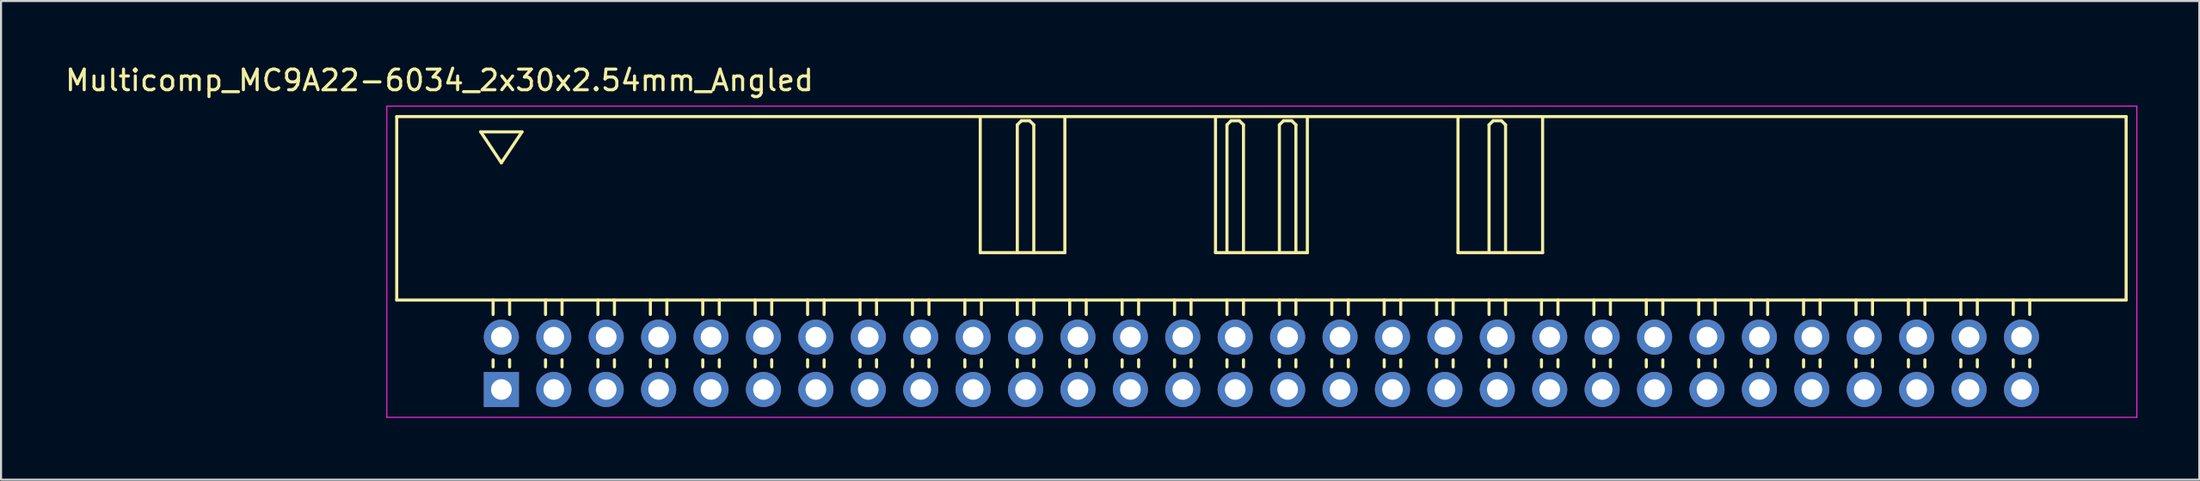
<source format=kicad_pcb>
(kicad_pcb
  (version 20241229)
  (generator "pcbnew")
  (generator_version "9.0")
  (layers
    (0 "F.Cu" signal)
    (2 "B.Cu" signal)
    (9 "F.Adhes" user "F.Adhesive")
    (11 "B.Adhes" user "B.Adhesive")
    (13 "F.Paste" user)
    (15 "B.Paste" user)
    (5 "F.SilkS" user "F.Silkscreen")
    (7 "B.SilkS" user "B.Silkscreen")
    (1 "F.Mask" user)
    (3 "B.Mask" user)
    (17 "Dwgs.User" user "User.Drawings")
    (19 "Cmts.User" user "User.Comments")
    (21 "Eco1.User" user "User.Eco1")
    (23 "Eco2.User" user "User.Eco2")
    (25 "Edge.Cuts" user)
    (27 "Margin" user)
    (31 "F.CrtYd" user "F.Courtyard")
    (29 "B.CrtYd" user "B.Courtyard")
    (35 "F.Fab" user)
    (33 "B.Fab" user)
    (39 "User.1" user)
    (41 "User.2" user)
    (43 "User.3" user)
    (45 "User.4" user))
  (footprint "Multicomp_MC9A22-6034_2x30x2.54mm_Angled"
    (layer "F.Cu")
    (at 21.244 15.848)
    (property "Reference" "Multicomp_MC9A22-6034_2x30x2.54mm_Angled" (at -3 -15 0) (layer "F.SilkS") (effects (font (size 1 1) (thickness 0.15))))
    (attr through_hole)
    (fp_line (start -5.07 -13.24) (end 78.73 -13.24) (stroke (width 0.15) (type solid)) (layer "F.SilkS"))
    (fp_line (start -5.07 -4.34) (end -5.07 -13.24) (stroke (width 0.15) (type solid)) (layer "F.SilkS"))
    (fp_line (start -1 -12.5) (end 1 -12.5) (stroke (width 0.15) (type solid)) (layer "F.SilkS"))
    (fp_line (start -0.4 -3.64) (end -0.4 -4.34) (stroke (width 0.15) (type solid)) (layer "F.SilkS"))
    (fp_line (start -0.4 -1.1) (end -0.4 -1.44) (stroke (width 0.15) (type solid)) (layer "F.SilkS"))
    (fp_line (start 0 -11) (end -1 -12.5) (stroke (width 0.15) (type solid)) (layer "F.SilkS"))
    (fp_line (start 0.4 -3.64) (end 0.4 -4.34) (stroke (width 0.15) (type solid)) (layer "F.SilkS"))
    (fp_line (start 0.4 -1.1) (end 0.4 -1.44) (stroke (width 0.15) (type solid)) (layer "F.SilkS"))
    (fp_line (start 1 -12.5) (end 0 -11) (stroke (width 0.15) (type solid)) (layer "F.SilkS"))
    (fp_line (start 2.14 -3.64) (end 2.14 -4.34) (stroke (width 0.15) (type solid)) (layer "F.SilkS"))
    (fp_line (start 2.14 -1.1) (end 2.14 -1.44) (stroke (width 0.15) (type solid)) (layer "F.SilkS"))
    (fp_line (start 2.94 -3.64) (end 2.94 -4.34) (stroke (width 0.15) (type solid)) (layer "F.SilkS"))
    (fp_line (start 2.94 -1.1) (end 2.94 -1.44) (stroke (width 0.15) (type solid)) (layer "F.SilkS"))
    (fp_line (start 4.68 -3.64) (end 4.68 -4.34) (stroke (width 0.15) (type solid)) (layer "F.SilkS"))
    (fp_line (start 4.68 -1.1) (end 4.68 -1.44) (stroke (width 0.15) (type solid)) (layer "F.SilkS"))
    (fp_line (start 5.48 -3.64) (end 5.48 -4.34) (stroke (width 0.15) (type solid)) (layer "F.SilkS"))
    (fp_line (start 5.48 -1.1) (end 5.48 -1.44) (stroke (width 0.15) (type solid)) (layer "F.SilkS"))
    (fp_line (start 7.22 -3.64) (end 7.22 -4.34) (stroke (width 0.15) (type solid)) (layer "F.SilkS"))
    (fp_line (start 7.22 -1.1) (end 7.22 -1.44) (stroke (width 0.15) (type solid)) (layer "F.SilkS"))
    (fp_line (start 8.02 -3.64) (end 8.02 -4.34) (stroke (width 0.15) (type solid)) (layer "F.SilkS"))
    (fp_line (start 8.02 -1.1) (end 8.02 -1.44) (stroke (width 0.15) (type solid)) (layer "F.SilkS"))
    (fp_line (start 9.76 -3.64) (end 9.76 -4.34) (stroke (width 0.15) (type solid)) (layer "F.SilkS"))
    (fp_line (start 9.76 -1.1) (end 9.76 -1.44) (stroke (width 0.15) (type solid)) (layer "F.SilkS"))
    (fp_line (start 10.56 -3.64) (end 10.56 -4.34) (stroke (width 0.15) (type solid)) (layer "F.SilkS"))
    (fp_line (start 10.56 -1.1) (end 10.56 -1.44) (stroke (width 0.15) (type solid)) (layer "F.SilkS"))
    (fp_line (start 12.3 -3.64) (end 12.3 -4.34) (stroke (width 0.15) (type solid)) (layer "F.SilkS"))
    (fp_line (start 12.3 -1.1) (end 12.3 -1.44) (stroke (width 0.15) (type solid)) (layer "F.SilkS"))
    (fp_line (start 13.1 -3.64) (end 13.1 -4.34) (stroke (width 0.15) (type solid)) (layer "F.SilkS"))
    (fp_line (start 13.1 -1.1) (end 13.1 -1.44) (stroke (width 0.15) (type solid)) (layer "F.SilkS"))
    (fp_line (start 14.84 -3.64) (end 14.84 -4.34) (stroke (width 0.15) (type solid)) (layer "F.SilkS"))
    (fp_line (start 14.84 -1.1) (end 14.84 -1.44) (stroke (width 0.15) (type solid)) (layer "F.SilkS"))
    (fp_line (start 15.64 -3.64) (end 15.64 -4.34) (stroke (width 0.15) (type solid)) (layer "F.SilkS"))
    (fp_line (start 15.64 -1.1) (end 15.64 -1.44) (stroke (width 0.15) (type solid)) (layer "F.SilkS"))
    (fp_line (start 17.38 -3.64) (end 17.38 -4.34) (stroke (width 0.15) (type solid)) (layer "F.SilkS"))
    (fp_line (start 17.38 -1.1) (end 17.38 -1.44) (stroke (width 0.15) (type solid)) (layer "F.SilkS"))
    (fp_line (start 18.18 -3.64) (end 18.18 -4.34) (stroke (width 0.15) (type solid)) (layer "F.SilkS"))
    (fp_line (start 18.18 -1.1) (end 18.18 -1.44) (stroke (width 0.15) (type solid)) (layer "F.SilkS"))
    (fp_line (start 19.92 -3.64) (end 19.92 -4.34) (stroke (width 0.15) (type solid)) (layer "F.SilkS"))
    (fp_line (start 19.92 -1.1) (end 19.92 -1.44) (stroke (width 0.15) (type solid)) (layer "F.SilkS"))
    (fp_line (start 20.72 -3.64) (end 20.72 -4.34) (stroke (width 0.15) (type solid)) (layer "F.SilkS"))
    (fp_line (start 20.72 -1.1) (end 20.72 -1.44) (stroke (width 0.15) (type solid)) (layer "F.SilkS"))
    (fp_line (start 22.46 -3.64) (end 22.46 -4.34) (stroke (width 0.15) (type solid)) (layer "F.SilkS"))
    (fp_line (start 22.46 -1.1) (end 22.46 -1.44) (stroke (width 0.15) (type solid)) (layer "F.SilkS"))
    (fp_line (start 23.205 -6.64) (end 23.205 -13.24) (stroke (width 0.15) (type solid)) (layer "F.SilkS"))
    (fp_line (start 23.26 -3.64) (end 23.26 -4.34) (stroke (width 0.15) (type solid)) (layer "F.SilkS"))
    (fp_line (start 23.26 -1.1) (end 23.26 -1.44) (stroke (width 0.15) (type solid)) (layer "F.SilkS"))
    (fp_line (start 25 -12.84) (end 25.2 -13.04) (stroke (width 0.15) (type solid)) (layer "F.SilkS"))
    (fp_line (start 25 -6.64) (end 25 -12.84) (stroke (width 0.15) (type solid)) (layer "F.SilkS"))
    (fp_line (start 25 -3.64) (end 25 -4.34) (stroke (width 0.15) (type solid)) (layer "F.SilkS"))
    (fp_line (start 25 -1.1) (end 25 -1.44) (stroke (width 0.15) (type solid)) (layer "F.SilkS"))
    (fp_line (start 25.2 -13.04) (end 25.6 -13.04) (stroke (width 0.15) (type solid)) (layer "F.SilkS"))
    (fp_line (start 25.6 -13.04) (end 25.8 -12.84) (stroke (width 0.15) (type solid)) (layer "F.SilkS"))
    (fp_line (start 25.8 -12.84) (end 25.8 -6.64) (stroke (width 0.15) (type solid)) (layer "F.SilkS"))
    (fp_line (start 25.8 -3.64) (end 25.8 -4.34) (stroke (width 0.15) (type solid)) (layer "F.SilkS"))
    (fp_line (start 25.8 -1.1) (end 25.8 -1.44) (stroke (width 0.15) (type solid)) (layer "F.SilkS"))
    (fp_line (start 27.305 -13.24) (end 27.305 -6.64) (stroke (width 0.15) (type solid)) (layer "F.SilkS"))
    (fp_line (start 27.305 -6.64) (end 23.205 -6.64) (stroke (width 0.15) (type solid)) (layer "F.SilkS"))
    (fp_line (start 27.54 -3.64) (end 27.54 -4.34) (stroke (width 0.15) (type solid)) (layer "F.SilkS"))
    (fp_line (start 27.54 -1.1) (end 27.54 -1.44) (stroke (width 0.15) (type solid)) (layer "F.SilkS"))
    (fp_line (start 28.34 -3.64) (end 28.34 -4.34) (stroke (width 0.15) (type solid)) (layer "F.SilkS"))
    (fp_line (start 28.34 -1.1) (end 28.34 -1.44) (stroke (width 0.15) (type solid)) (layer "F.SilkS"))
    (fp_line (start 30.08 -3.64) (end 30.08 -4.34) (stroke (width 0.15) (type solid)) (layer "F.SilkS"))
    (fp_line (start 30.08 -1.1) (end 30.08 -1.44) (stroke (width 0.15) (type solid)) (layer "F.SilkS"))
    (fp_line (start 30.88 -3.64) (end 30.88 -4.34) (stroke (width 0.15) (type solid)) (layer "F.SilkS"))
    (fp_line (start 30.88 -1.1) (end 30.88 -1.44) (stroke (width 0.15) (type solid)) (layer "F.SilkS"))
    (fp_line (start 32.62 -3.64) (end 32.62 -4.34) (stroke (width 0.15) (type solid)) (layer "F.SilkS"))
    (fp_line (start 32.62 -1.1) (end 32.62 -1.44) (stroke (width 0.15) (type solid)) (layer "F.SilkS"))
    (fp_line (start 33.42 -3.64) (end 33.42 -4.34) (stroke (width 0.15) (type solid)) (layer "F.SilkS"))
    (fp_line (start 33.42 -1.1) (end 33.42 -1.44) (stroke (width 0.15) (type solid)) (layer "F.SilkS"))
    (fp_line (start 34.605 -13.24) (end 34.605 -6.64) (stroke (width 0.15) (type solid)) (layer "F.SilkS"))
    (fp_line (start 34.605 -6.64) (end 39.055 -6.64) (stroke (width 0.15) (type solid)) (layer "F.SilkS"))
    (fp_line (start 35.16 -12.84) (end 35.36 -13.04) (stroke (width 0.15) (type solid)) (layer "F.SilkS"))
    (fp_line (start 35.16 -6.64) (end 35.16 -12.84) (stroke (width 0.15) (type solid)) (layer "F.SilkS"))
    (fp_line (start 35.16 -3.64) (end 35.16 -4.34) (stroke (width 0.15) (type solid)) (layer "F.SilkS"))
    (fp_line (start 35.16 -1.1) (end 35.16 -1.44) (stroke (width 0.15) (type solid)) (layer "F.SilkS"))
    (fp_line (start 35.36 -13.04) (end 35.76 -13.04) (stroke (width 0.15) (type solid)) (layer "F.SilkS"))
    (fp_line (start 35.76 -13.04) (end 35.96 -12.84) (stroke (width 0.15) (type solid)) (layer "F.SilkS"))
    (fp_line (start 35.96 -12.84) (end 35.96 -6.64) (stroke (width 0.15) (type solid)) (layer "F.SilkS"))
    (fp_line (start 35.96 -3.64) (end 35.96 -4.34) (stroke (width 0.15) (type solid)) (layer "F.SilkS"))
    (fp_line (start 35.96 -1.1) (end 35.96 -1.44) (stroke (width 0.15) (type solid)) (layer "F.SilkS"))
    (fp_line (start 37.7 -12.84) (end 37.9 -13.04) (stroke (width 0.15) (type solid)) (layer "F.SilkS"))
    (fp_line (start 37.7 -6.64) (end 37.7 -12.84) (stroke (width 0.15) (type solid)) (layer "F.SilkS"))
    (fp_line (start 37.7 -3.64) (end 37.7 -4.34) (stroke (width 0.15) (type solid)) (layer "F.SilkS"))
    (fp_line (start 37.7 -1.1) (end 37.7 -1.44) (stroke (width 0.15) (type solid)) (layer "F.SilkS"))
    (fp_line (start 37.9 -13.04) (end 38.3 -13.04) (stroke (width 0.15) (type solid)) (layer "F.SilkS"))
    (fp_line (start 38.3 -13.04) (end 38.5 -12.84) (stroke (width 0.15) (type solid)) (layer "F.SilkS"))
    (fp_line (start 38.5 -12.84) (end 38.5 -6.64) (stroke (width 0.15) (type solid)) (layer "F.SilkS"))
    (fp_line (start 38.5 -3.64) (end 38.5 -4.34) (stroke (width 0.15) (type solid)) (layer "F.SilkS"))
    (fp_line (start 38.5 -1.1) (end 38.5 -1.44) (stroke (width 0.15) (type solid)) (layer "F.SilkS"))
    (fp_line (start 39.055 -6.64) (end 39.055 -13.24) (stroke (width 0.15) (type solid)) (layer "F.SilkS"))
    (fp_line (start 40.24 -3.64) (end 40.24 -4.34) (stroke (width 0.15) (type solid)) (layer "F.SilkS"))
    (fp_line (start 40.24 -1.1) (end 40.24 -1.44) (stroke (width 0.15) (type solid)) (layer "F.SilkS"))
    (fp_line (start 41.04 -3.64) (end 41.04 -4.34) (stroke (width 0.15) (type solid)) (layer "F.SilkS"))
    (fp_line (start 41.04 -1.1) (end 41.04 -1.44) (stroke (width 0.15) (type solid)) (layer "F.SilkS"))
    (fp_line (start 42.78 -3.64) (end 42.78 -4.34) (stroke (width 0.15) (type solid)) (layer "F.SilkS"))
    (fp_line (start 42.78 -1.1) (end 42.78 -1.44) (stroke (width 0.15) (type solid)) (layer "F.SilkS"))
    (fp_line (start 43.58 -3.64) (end 43.58 -4.34) (stroke (width 0.15) (type solid)) (layer "F.SilkS"))
    (fp_line (start 43.58 -1.1) (end 43.58 -1.44) (stroke (width 0.15) (type solid)) (layer "F.SilkS"))
    (fp_line (start 45.32 -3.64) (end 45.32 -4.34) (stroke (width 0.15) (type solid)) (layer "F.SilkS"))
    (fp_line (start 45.32 -1.1) (end 45.32 -1.44) (stroke (width 0.15) (type solid)) (layer "F.SilkS"))
    (fp_line (start 46.12 -3.64) (end 46.12 -4.34) (stroke (width 0.15) (type solid)) (layer "F.SilkS"))
    (fp_line (start 46.12 -1.1) (end 46.12 -1.44) (stroke (width 0.15) (type solid)) (layer "F.SilkS"))
    (fp_line (start 46.355 -13.24) (end 46.355 -6.64) (stroke (width 0.15) (type solid)) (layer "F.SilkS"))
    (fp_line (start 46.355 -6.64) (end 50.455 -6.64) (stroke (width 0.15) (type solid)) (layer "F.SilkS"))
    (fp_line (start 47.86 -12.84) (end 48.06 -13.04) (stroke (width 0.15) (type solid)) (layer "F.SilkS"))
    (fp_line (start 47.86 -6.64) (end 47.86 -12.84) (stroke (width 0.15) (type solid)) (layer "F.SilkS"))
    (fp_line (start 47.86 -3.64) (end 47.86 -4.34) (stroke (width 0.15) (type solid)) (layer "F.SilkS"))
    (fp_line (start 47.86 -1.1) (end 47.86 -1.44) (stroke (width 0.15) (type solid)) (layer "F.SilkS"))
    (fp_line (start 48.06 -13.04) (end 48.46 -13.04) (stroke (width 0.15) (type solid)) (layer "F.SilkS"))
    (fp_line (start 48.46 -13.04) (end 48.66 -12.84) (stroke (width 0.15) (type solid)) (layer "F.SilkS"))
    (fp_line (start 48.66 -12.84) (end 48.66 -6.64) (stroke (width 0.15) (type solid)) (layer "F.SilkS"))
    (fp_line (start 48.66 -3.64) (end 48.66 -4.34) (stroke (width 0.15) (type solid)) (layer "F.SilkS"))
    (fp_line (start 48.66 -1.1) (end 48.66 -1.44) (stroke (width 0.15) (type solid)) (layer "F.SilkS"))
    (fp_line (start 50.4 -3.64) (end 50.4 -4.34) (stroke (width 0.15) (type solid)) (layer "F.SilkS"))
    (fp_line (start 50.4 -1.1) (end 50.4 -1.44) (stroke (width 0.15) (type solid)) (layer "F.SilkS"))
    (fp_line (start 50.455 -6.64) (end 50.455 -13.24) (stroke (width 0.15) (type solid)) (layer "F.SilkS"))
    (fp_line (start 51.2 -3.64) (end 51.2 -4.34) (stroke (width 0.15) (type solid)) (layer "F.SilkS"))
    (fp_line (start 51.2 -1.1) (end 51.2 -1.44) (stroke (width 0.15) (type solid)) (layer "F.SilkS"))
    (fp_line (start 52.94 -3.64) (end 52.94 -4.34) (stroke (width 0.15) (type solid)) (layer "F.SilkS"))
    (fp_line (start 52.94 -1.1) (end 52.94 -1.44) (stroke (width 0.15) (type solid)) (layer "F.SilkS"))
    (fp_line (start 53.74 -3.64) (end 53.74 -4.34) (stroke (width 0.15) (type solid)) (layer "F.SilkS"))
    (fp_line (start 53.74 -1.1) (end 53.74 -1.44) (stroke (width 0.15) (type solid)) (layer "F.SilkS"))
    (fp_line (start 55.48 -3.64) (end 55.48 -4.34) (stroke (width 0.15) (type solid)) (layer "F.SilkS"))
    (fp_line (start 55.48 -1.1) (end 55.48 -1.44) (stroke (width 0.15) (type solid)) (layer "F.SilkS"))
    (fp_line (start 56.28 -3.64) (end 56.28 -4.34) (stroke (width 0.15) (type solid)) (layer "F.SilkS"))
    (fp_line (start 56.28 -1.1) (end 56.28 -1.44) (stroke (width 0.15) (type solid)) (layer "F.SilkS"))
    (fp_line (start 58.02 -3.64) (end 58.02 -4.34) (stroke (width 0.15) (type solid)) (layer "F.SilkS"))
    (fp_line (start 58.02 -1.1) (end 58.02 -1.44) (stroke (width 0.15) (type solid)) (layer "F.SilkS"))
    (fp_line (start 58.82 -3.64) (end 58.82 -4.34) (stroke (width 0.15) (type solid)) (layer "F.SilkS"))
    (fp_line (start 58.82 -1.1) (end 58.82 -1.44) (stroke (width 0.15) (type solid)) (layer "F.SilkS"))
    (fp_line (start 60.56 -3.64) (end 60.56 -4.34) (stroke (width 0.15) (type solid)) (layer "F.SilkS"))
    (fp_line (start 60.56 -1.1) (end 60.56 -1.44) (stroke (width 0.15) (type solid)) (layer "F.SilkS"))
    (fp_line (start 61.36 -3.64) (end 61.36 -4.34) (stroke (width 0.15) (type solid)) (layer "F.SilkS"))
    (fp_line (start 61.36 -1.1) (end 61.36 -1.44) (stroke (width 0.15) (type solid)) (layer "F.SilkS"))
    (fp_line (start 63.1 -3.64) (end 63.1 -4.34) (stroke (width 0.15) (type solid)) (layer "F.SilkS"))
    (fp_line (start 63.1 -1.1) (end 63.1 -1.44) (stroke (width 0.15) (type solid)) (layer "F.SilkS"))
    (fp_line (start 63.9 -3.64) (end 63.9 -4.34) (stroke (width 0.15) (type solid)) (layer "F.SilkS"))
    (fp_line (start 63.9 -1.1) (end 63.9 -1.44) (stroke (width 0.15) (type solid)) (layer "F.SilkS"))
    (fp_line (start 65.64 -3.64) (end 65.64 -4.34) (stroke (width 0.15) (type solid)) (layer "F.SilkS"))
    (fp_line (start 65.64 -1.1) (end 65.64 -1.44) (stroke (width 0.15) (type solid)) (layer "F.SilkS"))
    (fp_line (start 66.44 -3.64) (end 66.44 -4.34) (stroke (width 0.15) (type solid)) (layer "F.SilkS"))
    (fp_line (start 66.44 -1.1) (end 66.44 -1.44) (stroke (width 0.15) (type solid)) (layer "F.SilkS"))
    (fp_line (start 68.18 -3.64) (end 68.18 -4.34) (stroke (width 0.15) (type solid)) (layer "F.SilkS"))
    (fp_line (start 68.18 -1.1) (end 68.18 -1.44) (stroke (width 0.15) (type solid)) (layer "F.SilkS"))
    (fp_line (start 68.98 -3.64) (end 68.98 -4.34) (stroke (width 0.15) (type solid)) (layer "F.SilkS"))
    (fp_line (start 68.98 -1.1) (end 68.98 -1.44) (stroke (width 0.15) (type solid)) (layer "F.SilkS"))
    (fp_line (start 70.72 -3.64) (end 70.72 -4.34) (stroke (width 0.15) (type solid)) (layer "F.SilkS"))
    (fp_line (start 70.72 -1.1) (end 70.72 -1.44) (stroke (width 0.15) (type solid)) (layer "F.SilkS"))
    (fp_line (start 71.52 -3.64) (end 71.52 -4.34) (stroke (width 0.15) (type solid)) (layer "F.SilkS"))
    (fp_line (start 71.52 -1.1) (end 71.52 -1.44) (stroke (width 0.15) (type solid)) (layer "F.SilkS"))
    (fp_line (start 73.26 -3.64) (end 73.26 -4.34) (stroke (width 0.15) (type solid)) (layer "F.SilkS"))
    (fp_line (start 73.26 -1.1) (end 73.26 -1.44) (stroke (width 0.15) (type solid)) (layer "F.SilkS"))
    (fp_line (start 74.06 -3.64) (end 74.06 -4.34) (stroke (width 0.15) (type solid)) (layer "F.SilkS"))
    (fp_line (start 74.06 -1.1) (end 74.06 -1.44) (stroke (width 0.15) (type solid)) (layer "F.SilkS"))
    (fp_line (start 78.73 -13.24) (end 78.73 -4.34) (stroke (width 0.15) (type solid)) (layer "F.SilkS"))
    (fp_line (start 78.73 -4.34) (end -5.07 -4.34) (stroke (width 0.15) (type solid)) (layer "F.SilkS"))
    (fp_line (start -5.55 -13.75) (end 79.25 -13.75) (stroke (width 0.05) (type solid)) (layer "F.CrtYd"))
    (fp_line (start -5.55 1.35) (end -5.55 -13.75) (stroke (width 0.05) (type solid)) (layer "F.CrtYd"))
    (fp_line (start 79.25 -13.75) (end 79.25 1.35) (stroke (width 0.05) (type solid)) (layer "F.CrtYd"))
    (fp_line (start 79.25 1.35) (end -5.55 1.35) (stroke (width 0.05) (type solid)) (layer "F.CrtYd"))
    (pad "1" thru_hole rect (at 0 0) (size 1.7 1.7) (drill 1) (layers "*.Cu" "*.Mask"))
    (pad "2" thru_hole circle (at 0 -2.54) (size 1.7 1.7) (drill 1) (layers "*.Cu" "*.Mask"))
    (pad "3" thru_hole circle (at 2.54 0) (size 1.7 1.7) (drill 1) (layers "*.Cu" "*.Mask"))
    (pad "4" thru_hole circle (at 2.54 -2.54) (size 1.7 1.7) (drill 1) (layers "*.Cu" "*.Mask"))
    (pad "5" thru_hole circle (at 5.08 0) (size 1.7 1.7) (drill 1) (layers "*.Cu" "*.Mask"))
    (pad "6" thru_hole circle (at 5.08 -2.54) (size 1.7 1.7) (drill 1) (layers "*.Cu" "*.Mask"))
    (pad "7" thru_hole circle (at 7.62 0) (size 1.7 1.7) (drill 1) (layers "*.Cu" "*.Mask"))
    (pad "8" thru_hole circle (at 7.62 -2.54) (size 1.7 1.7) (drill 1) (layers "*.Cu" "*.Mask"))
    (pad "9" thru_hole circle (at 10.16 0) (size 1.7 1.7) (drill 1) (layers "*.Cu" "*.Mask"))
    (pad "10" thru_hole circle (at 10.16 -2.54) (size 1.7 1.7) (drill 1) (layers "*.Cu" "*.Mask"))
    (pad "11" thru_hole circle (at 12.7 0) (size 1.7 1.7) (drill 1) (layers "*.Cu" "*.Mask"))
    (pad "12" thru_hole circle (at 12.7 -2.54) (size 1.7 1.7) (drill 1) (layers "*.Cu" "*.Mask"))
    (pad "13" thru_hole circle (at 15.24 0) (size 1.7 1.7) (drill 1) (layers "*.Cu" "*.Mask"))
    (pad "14" thru_hole circle (at 15.24 -2.54) (size 1.7 1.7) (drill 1) (layers "*.Cu" "*.Mask"))
    (pad "15" thru_hole circle (at 17.78 0) (size 1.7 1.7) (drill 1) (layers "*.Cu" "*.Mask"))
    (pad "16" thru_hole circle (at 17.78 -2.54) (size 1.7 1.7) (drill 1) (layers "*.Cu" "*.Mask"))
    (pad "17" thru_hole circle (at 20.32 0) (size 1.7 1.7) (drill 1) (layers "*.Cu" "*.Mask"))
    (pad "18" thru_hole circle (at 20.32 -2.54) (size 1.7 1.7) (drill 1) (layers "*.Cu" "*.Mask"))
    (pad "19" thru_hole circle (at 22.86 0) (size 1.7 1.7) (drill 1) (layers "*.Cu" "*.Mask"))
    (pad "20" thru_hole circle (at 22.86 -2.54) (size 1.7 1.7) (drill 1) (layers "*.Cu" "*.Mask"))
    (pad "21" thru_hole circle (at 25.4 0) (size 1.7 1.7) (drill 1) (layers "*.Cu" "*.Mask"))
    (pad "22" thru_hole circle (at 25.4 -2.54) (size 1.7 1.7) (drill 1) (layers "*.Cu" "*.Mask"))
    (pad "23" thru_hole circle (at 27.94 0) (size 1.7 1.7) (drill 1) (layers "*.Cu" "*.Mask"))
    (pad "24" thru_hole circle (at 27.94 -2.54) (size 1.7 1.7) (drill 1) (layers "*.Cu" "*.Mask"))
    (pad "25" thru_hole circle (at 30.48 0) (size 1.7 1.7) (drill 1) (layers "*.Cu" "*.Mask"))
    (pad "26" thru_hole circle (at 30.48 -2.54) (size 1.7 1.7) (drill 1) (layers "*.Cu" "*.Mask"))
    (pad "27" thru_hole circle (at 33.02 0) (size 1.7 1.7) (drill 1) (layers "*.Cu" "*.Mask"))
    (pad "28" thru_hole circle (at 33.02 -2.54) (size 1.7 1.7) (drill 1) (layers "*.Cu" "*.Mask"))
    (pad "29" thru_hole circle (at 35.56 0) (size 1.7 1.7) (drill 1) (layers "*.Cu" "*.Mask"))
    (pad "30" thru_hole circle (at 35.56 -2.54) (size 1.7 1.7) (drill 1) (layers "*.Cu" "*.Mask"))
    (pad "31" thru_hole circle (at 38.1 0) (size 1.7 1.7) (drill 1) (layers "*.Cu" "*.Mask"))
    (pad "32" thru_hole circle (at 38.1 -2.54) (size 1.7 1.7) (drill 1) (layers "*.Cu" "*.Mask"))
    (pad "33" thru_hole circle (at 40.64 0) (size 1.7 1.7) (drill 1) (layers "*.Cu" "*.Mask"))
    (pad "34" thru_hole circle (at 40.64 -2.54) (size 1.7 1.7) (drill 1) (layers "*.Cu" "*.Mask"))
    (pad "35" thru_hole circle (at 43.18 0) (size 1.7 1.7) (drill 1) (layers "*.Cu" "*.Mask"))
    (pad "36" thru_hole circle (at 43.18 -2.54) (size 1.7 1.7) (drill 1) (layers "*.Cu" "*.Mask"))
    (pad "37" thru_hole circle (at 45.72 0) (size 1.7 1.7) (drill 1) (layers "*.Cu" "*.Mask"))
    (pad "38" thru_hole circle (at 45.72 -2.54) (size 1.7 1.7) (drill 1) (layers "*.Cu" "*.Mask"))
    (pad "39" thru_hole circle (at 48.26 0) (size 1.7 1.7) (drill 1) (layers "*.Cu" "*.Mask"))
    (pad "40" thru_hole circle (at 48.26 -2.54) (size 1.7 1.7) (drill 1) (layers "*.Cu" "*.Mask"))
    (pad "41" thru_hole circle (at 50.8 0) (size 1.7 1.7) (drill 1) (layers "*.Cu" "*.Mask"))
    (pad "42" thru_hole circle (at 50.8 -2.54) (size 1.7 1.7) (drill 1) (layers "*.Cu" "*.Mask"))
    (pad "43" thru_hole circle (at 53.34 0) (size 1.7 1.7) (drill 1) (layers "*.Cu" "*.Mask"))
    (pad "44" thru_hole circle (at 53.34 -2.54) (size 1.7 1.7) (drill 1) (layers "*.Cu" "*.Mask"))
    (pad "45" thru_hole circle (at 55.88 0) (size 1.7 1.7) (drill 1) (layers "*.Cu" "*.Mask"))
    (pad "46" thru_hole circle (at 55.88 -2.54) (size 1.7 1.7) (drill 1) (layers "*.Cu" "*.Mask"))
    (pad "47" thru_hole circle (at 58.42 0) (size 1.7 1.7) (drill 1) (layers "*.Cu" "*.Mask"))
    (pad "48" thru_hole circle (at 58.42 -2.54) (size 1.7 1.7) (drill 1) (layers "*.Cu" "*.Mask"))
    (pad "49" thru_hole circle (at 60.96 0) (size 1.7 1.7) (drill 1) (layers "*.Cu" "*.Mask"))
    (pad "50" thru_hole circle (at 60.96 -2.54) (size 1.7 1.7) (drill 1) (layers "*.Cu" "*.Mask"))
    (pad "51" thru_hole circle (at 63.5 0) (size 1.7 1.7) (drill 1) (layers "*.Cu" "*.Mask"))
    (pad "52" thru_hole circle (at 63.5 -2.54) (size 1.7 1.7) (drill 1) (layers "*.Cu" "*.Mask"))
    (pad "53" thru_hole circle (at 66.04 0) (size 1.7 1.7) (drill 1) (layers "*.Cu" "*.Mask"))
    (pad "54" thru_hole circle (at 66.04 -2.54) (size 1.7 1.7) (drill 1) (layers "*.Cu" "*.Mask"))
    (pad "55" thru_hole circle (at 68.58 0) (size 1.7 1.7) (drill 1) (layers "*.Cu" "*.Mask"))
    (pad "56" thru_hole circle (at 68.58 -2.54) (size 1.7 1.7) (drill 1) (layers "*.Cu" "*.Mask"))
    (pad "57" thru_hole circle (at 71.12 0) (size 1.7 1.7) (drill 1) (layers "*.Cu" "*.Mask"))
    (pad "58" thru_hole circle (at 71.12 -2.54) (size 1.7 1.7) (drill 1) (layers "*.Cu" "*.Mask"))
    (pad "59" thru_hole circle (at 73.66 0) (size 1.7 1.7) (drill 1) (layers "*.Cu" "*.Mask"))
    (pad "60" thru_hole circle (at 73.66 -2.54) (size 1.7 1.7) (drill 1) (layers "*.Cu" "*.Mask")))
  (gr_rect
    (start -3 -3)
    (end 103.519 20.223)
    (stroke (width 0.1) (type default))
    (fill no)
    (layer "Edge.Cuts")))
</source>
